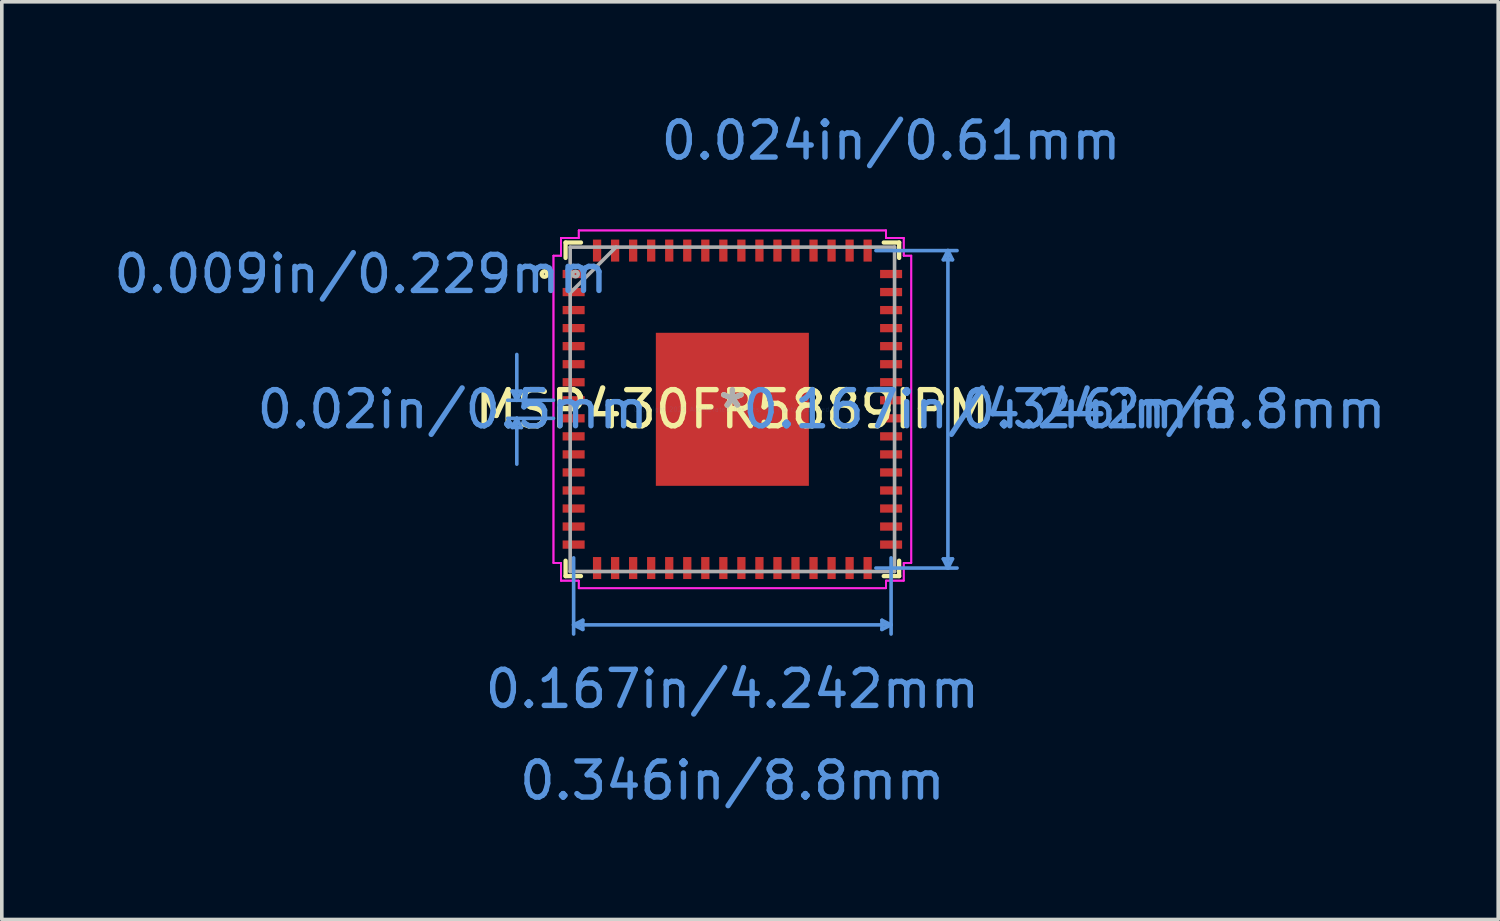
<source format=kicad_pcb>
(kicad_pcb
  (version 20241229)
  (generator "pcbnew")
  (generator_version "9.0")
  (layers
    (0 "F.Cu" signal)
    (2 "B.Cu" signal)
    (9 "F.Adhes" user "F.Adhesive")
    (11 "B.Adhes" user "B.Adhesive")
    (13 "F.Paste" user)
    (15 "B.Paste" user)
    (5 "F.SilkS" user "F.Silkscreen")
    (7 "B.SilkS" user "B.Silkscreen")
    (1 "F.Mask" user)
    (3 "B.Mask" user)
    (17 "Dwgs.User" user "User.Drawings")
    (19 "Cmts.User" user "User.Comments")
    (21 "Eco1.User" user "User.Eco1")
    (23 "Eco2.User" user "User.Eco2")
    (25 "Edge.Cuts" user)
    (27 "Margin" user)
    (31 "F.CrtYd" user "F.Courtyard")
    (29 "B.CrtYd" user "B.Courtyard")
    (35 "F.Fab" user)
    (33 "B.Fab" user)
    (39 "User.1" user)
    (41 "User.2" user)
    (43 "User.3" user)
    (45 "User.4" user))
  (footprint "MSP430FR5889IPM"
    (layer "F.Cu")
    (at 17.251 8.296)
    (property "Reference" "MSP430FR5889IPM" (at 0 0 0) (layer "F.SilkS") (effects (font (size 1 1) (thickness 0.15))))
    (attr through_hole)
    (fp_poly (pts (xy -2.184 -2.184) (xy -1.775 -2.184) (xy -1.775 2.184) (xy -2.184 2.184)) (stroke (width 0.1) (type solid)) (fill yes) (layer "F.Mask"))
    (fp_poly (pts (xy -2.184 -2.184) (xy 2.184 -2.184) (xy 2.184 -1.775) (xy -2.184 -1.775)) (stroke (width 0.1) (type solid)) (fill yes) (layer "F.Mask"))
    (fp_poly (pts (xy -2.184 -1.375) (xy 2.184 -1.375) (xy 2.184 -0.987) (xy -2.184 -0.987)) (stroke (width 0.1) (type solid)) (fill yes) (layer "F.Mask"))
    (fp_poly (pts (xy -2.184 -0.587) (xy 2.184 -0.587) (xy 2.184 -0.2) (xy -2.184 -0.2)) (stroke (width 0.1) (type solid)) (fill yes) (layer "F.Mask"))
    (fp_poly (pts (xy -2.184 0.2) (xy 2.184 0.2) (xy 2.184 0.587) (xy -2.184 0.587)) (stroke (width 0.1) (type solid)) (fill yes) (layer "F.Mask"))
    (fp_poly (pts (xy -2.184 0.987) (xy 2.184 0.987) (xy 2.184 1.375) (xy -2.184 1.375)) (stroke (width 0.1) (type solid)) (fill yes) (layer "F.Mask"))
    (fp_poly (pts (xy -2.184 1.775) (xy 2.184 1.775) (xy 2.184 2.184) (xy -2.184 2.184)) (stroke (width 0.1) (type solid)) (fill yes) (layer "F.Mask"))
    (fp_poly (pts (xy -0.987 -2.184) (xy -1.375 -2.184) (xy -1.375 2.184) (xy -0.987 2.184)) (stroke (width 0.1) (type solid)) (fill yes) (layer "F.Mask"))
    (fp_poly (pts (xy -0.2 -2.184) (xy -0.587 -2.184) (xy -0.587 2.184) (xy -0.2 2.184)) (stroke (width 0.1) (type solid)) (fill yes) (layer "F.Mask"))
    (fp_poly (pts (xy 0.587 -2.184) (xy 0.2 -2.184) (xy 0.2 2.184) (xy 0.587 2.184)) (stroke (width 0.1) (type solid)) (fill yes) (layer "F.Mask"))
    (fp_poly (pts (xy 1.375 -2.184) (xy 0.987 -2.184) (xy 0.987 2.184) (xy 1.375 2.184)) (stroke (width 0.1) (type solid)) (fill yes) (layer "F.Mask"))
    (fp_poly (pts (xy 1.775 -2.184) (xy 2.184 -2.184) (xy 2.184 2.184) (xy 1.775 2.184)) (stroke (width 0.1) (type solid)) (fill yes) (layer "F.Mask"))
    (fp_line (start -4.623 -4.623) (end -4.623 -4.197) (stroke (width 0.12) (type solid)) (layer "F.SilkS"))
    (fp_line (start -4.623 4.197) (end -4.623 4.623) (stroke (width 0.12) (type solid)) (layer "F.SilkS"))
    (fp_line (start -4.623 4.623) (end -4.197 4.623) (stroke (width 0.12) (type solid)) (layer "F.SilkS"))
    (fp_line (start -4.197 -4.623) (end -4.623 -4.623) (stroke (width 0.12) (type solid)) (layer "F.SilkS"))
    (fp_line (start 4.197 4.623) (end 4.623 4.623) (stroke (width 0.12) (type solid)) (layer "F.SilkS"))
    (fp_line (start 4.623 -4.623) (end 4.197 -4.623) (stroke (width 0.12) (type solid)) (layer "F.SilkS"))
    (fp_line (start 4.623 -4.197) (end 4.623 -4.623) (stroke (width 0.12) (type solid)) (layer "F.SilkS"))
    (fp_line (start 4.623 4.623) (end 4.623 4.197) (stroke (width 0.12) (type solid)) (layer "F.SilkS"))
    (fp_circle (center -5.209 -3.75) (end -5.133 -3.75) (stroke (width 0.12) (type solid)) (fill no) (layer "F.SilkS"))
    (fp_poly (pts (xy -2.046 -2.046) (xy -2.046 -1.675) (xy -1.816 -1.675) (xy -1.675 -1.816) (xy -1.675 -2.046)) (stroke (width 0.1) (type solid)) (fill yes) (layer "F.Paste"))
    (fp_poly (pts (xy -2.046 1.675) (xy -2.046 2.046) (xy -1.675 2.046) (xy -1.675 1.816) (xy -1.816 1.675)) (stroke (width 0.1) (type solid)) (fill yes) (layer "F.Paste"))
    (fp_poly (pts (xy 1.675 -2.046) (xy 1.675 -1.816) (xy 1.816 -1.675) (xy 2.046 -1.675) (xy 2.046 -2.046)) (stroke (width 0.1) (type solid)) (fill yes) (layer "F.Paste"))
    (fp_poly (pts (xy 1.816 1.675) (xy 1.675 1.816) (xy 1.675 2.046) (xy 2.046 2.046) (xy 2.046 1.675)) (stroke (width 0.1) (type solid)) (fill yes) (layer "F.Paste"))
    (fp_poly (pts (xy -2.046 -1.475) (xy -2.046 -0.887) (xy -1.816 -0.887) (xy -1.675 -1.029) (xy -1.675 -1.333) (xy -1.816 -1.475)) (stroke (width 0.1) (type solid)) (fill yes) (layer "F.Paste"))
    (fp_poly (pts (xy -2.046 -0.687) (xy -2.046 -0.1) (xy -1.816 -0.1) (xy -1.675 -0.241) (xy -1.675 -0.546) (xy -1.816 -0.687)) (stroke (width 0.1) (type solid)) (fill yes) (layer "F.Paste"))
    (fp_poly (pts (xy -2.046 0.1) (xy -2.046 0.687) (xy -1.816 0.687) (xy -1.675 0.546) (xy -1.675 0.241) (xy -1.816 0.1)) (stroke (width 0.1) (type solid)) (fill yes) (layer "F.Paste"))
    (fp_poly (pts (xy -2.046 0.887) (xy -2.046 1.475) (xy -1.816 1.475) (xy -1.675 1.333) (xy -1.675 1.029) (xy -1.816 0.887)) (stroke (width 0.1) (type solid)) (fill yes) (layer "F.Paste"))
    (fp_poly (pts (xy -1.475 -2.046) (xy -1.475 -1.816) (xy -1.333 -1.675) (xy -1.029 -1.675) (xy -0.887 -1.816) (xy -0.887 -2.046)) (stroke (width 0.1) (type solid)) (fill yes) (layer "F.Paste"))
    (fp_poly (pts (xy -1.333 1.675) (xy -1.475 1.816) (xy -1.475 2.046) (xy -0.887 2.046) (xy -0.887 1.816) (xy -1.029 1.675)) (stroke (width 0.1) (type solid)) (fill yes) (layer "F.Paste"))
    (fp_poly (pts (xy -0.687 -2.046) (xy -0.687 -1.816) (xy -0.546 -1.675) (xy -0.241 -1.675) (xy -0.1 -1.816) (xy -0.1 -2.046)) (stroke (width 0.1) (type solid)) (fill yes) (layer "F.Paste"))
    (fp_poly (pts (xy -0.546 1.675) (xy -0.687 1.816) (xy -0.687 2.046) (xy -0.1 2.046) (xy -0.1 1.816) (xy -0.241 1.675)) (stroke (width 0.1) (type solid)) (fill yes) (layer "F.Paste"))
    (fp_poly (pts (xy 0.1 -2.046) (xy 0.1 -1.816) (xy 0.241 -1.675) (xy 0.546 -1.675) (xy 0.687 -1.816) (xy 0.687 -2.046)) (stroke (width 0.1) (type solid)) (fill yes) (layer "F.Paste"))
    (fp_poly (pts (xy 0.241 1.675) (xy 0.1 1.816) (xy 0.1 2.046) (xy 0.687 2.046) (xy 0.687 1.816) (xy 0.546 1.675)) (stroke (width 0.1) (type solid)) (fill yes) (layer "F.Paste"))
    (fp_poly (pts (xy 0.887 -2.046) (xy 0.887 -1.816) (xy 1.029 -1.675) (xy 1.333 -1.675) (xy 1.475 -1.816) (xy 1.475 -2.046)) (stroke (width 0.1) (type solid)) (fill yes) (layer "F.Paste"))
    (fp_poly (pts (xy 1.029 1.675) (xy 0.887 1.816) (xy 0.887 2.046) (xy 1.475 2.046) (xy 1.475 1.816) (xy 1.333 1.675)) (stroke (width 0.1) (type solid)) (fill yes) (layer "F.Paste"))
    (fp_poly (pts (xy 1.816 -1.475) (xy 1.675 -1.333) (xy 1.675 -1.029) (xy 1.816 -0.887) (xy 2.046 -0.887) (xy 2.046 -1.475)) (stroke (width 0.1) (type solid)) (fill yes) (layer "F.Paste"))
    (fp_poly (pts (xy 1.816 -0.687) (xy 1.675 -0.546) (xy 1.675 -0.241) (xy 1.816 -0.1) (xy 2.046 -0.1) (xy 2.046 -0.687)) (stroke (width 0.1) (type solid)) (fill yes) (layer "F.Paste"))
    (fp_poly (pts (xy 1.816 0.1) (xy 1.675 0.241) (xy 1.675 0.546) (xy 1.816 0.687) (xy 2.046 0.687) (xy 2.046 0.1)) (stroke (width 0.1) (type solid)) (fill yes) (layer "F.Paste"))
    (fp_poly (pts (xy 1.816 0.887) (xy 1.675 1.029) (xy 1.675 1.333) (xy 1.816 1.475) (xy 2.046 1.475) (xy 2.046 0.887)) (stroke (width 0.1) (type solid)) (fill yes) (layer "F.Paste"))
    (fp_poly (pts (xy -1.333 -1.475) (xy -1.475 -1.333) (xy -1.475 -1.029) (xy -1.333 -0.887) (xy -1.029 -0.887) (xy -0.887 -1.029) (xy -0.887 -1.333) (xy -1.029 -1.475)) (stroke (width 0.1) (type solid)) (fill yes) (layer "F.Paste"))
    (fp_poly (pts (xy -1.333 -0.687) (xy -1.475 -0.546) (xy -1.475 -0.241) (xy -1.333 -0.1) (xy -1.029 -0.1) (xy -0.887 -0.241) (xy -0.887 -0.546) (xy -1.029 -0.687)) (stroke (width 0.1) (type solid)) (fill yes) (layer "F.Paste"))
    (fp_poly (pts (xy -1.333 0.1) (xy -1.475 0.241) (xy -1.475 0.546) (xy -1.333 0.687) (xy -1.029 0.687) (xy -0.887 0.546) (xy -0.887 0.241) (xy -1.029 0.1)) (stroke (width 0.1) (type solid)) (fill yes) (layer "F.Paste"))
    (fp_poly (pts (xy -1.333 0.887) (xy -1.475 1.029) (xy -1.475 1.333) (xy -1.333 1.475) (xy -1.029 1.475) (xy -0.887 1.333) (xy -0.887 1.029) (xy -1.029 0.887)) (stroke (width 0.1) (type solid)) (fill yes) (layer "F.Paste"))
    (fp_poly (pts (xy -0.546 -1.475) (xy -0.687 -1.333) (xy -0.687 -1.029) (xy -0.546 -0.887) (xy -0.241 -0.887) (xy -0.1 -1.029) (xy -0.1 -1.333) (xy -0.241 -1.475)) (stroke (width 0.1) (type solid)) (fill yes) (layer "F.Paste"))
    (fp_poly (pts (xy -0.546 -0.687) (xy -0.687 -0.546) (xy -0.687 -0.241) (xy -0.546 -0.1) (xy -0.241 -0.1) (xy -0.1 -0.241) (xy -0.1 -0.546) (xy -0.241 -0.687)) (stroke (width 0.1) (type solid)) (fill yes) (layer "F.Paste"))
    (fp_poly (pts (xy -0.546 0.1) (xy -0.687 0.241) (xy -0.687 0.546) (xy -0.546 0.687) (xy -0.241 0.687) (xy -0.1 0.546) (xy -0.1 0.241) (xy -0.241 0.1)) (stroke (width 0.1) (type solid)) (fill yes) (layer "F.Paste"))
    (fp_poly (pts (xy -0.546 0.887) (xy -0.687 1.029) (xy -0.687 1.333) (xy -0.546 1.475) (xy -0.241 1.475) (xy -0.1 1.333) (xy -0.1 1.029) (xy -0.241 0.887)) (stroke (width 0.1) (type solid)) (fill yes) (layer "F.Paste"))
    (fp_poly (pts (xy 0.241 -1.475) (xy 0.1 -1.333) (xy 0.1 -1.029) (xy 0.241 -0.887) (xy 0.546 -0.887) (xy 0.687 -1.029) (xy 0.687 -1.333) (xy 0.546 -1.475)) (stroke (width 0.1) (type solid)) (fill yes) (layer "F.Paste"))
    (fp_poly (pts (xy 0.241 -0.687) (xy 0.1 -0.546) (xy 0.1 -0.241) (xy 0.241 -0.1) (xy 0.546 -0.1) (xy 0.687 -0.241) (xy 0.687 -0.546) (xy 0.546 -0.687)) (stroke (width 0.1) (type solid)) (fill yes) (layer "F.Paste"))
    (fp_poly (pts (xy 0.241 0.1) (xy 0.1 0.241) (xy 0.1 0.546) (xy 0.241 0.687) (xy 0.546 0.687) (xy 0.687 0.546) (xy 0.687 0.241) (xy 0.546 0.1)) (stroke (width 0.1) (type solid)) (fill yes) (layer "F.Paste"))
    (fp_poly (pts (xy 0.241 0.887) (xy 0.1 1.029) (xy 0.1 1.333) (xy 0.241 1.475) (xy 0.546 1.475) (xy 0.687 1.333) (xy 0.687 1.029) (xy 0.546 0.887)) (stroke (width 0.1) (type solid)) (fill yes) (layer "F.Paste"))
    (fp_poly (pts (xy 1.029 -1.475) (xy 0.887 -1.333) (xy 0.887 -1.029) (xy 1.029 -0.887) (xy 1.333 -0.887) (xy 1.475 -1.029) (xy 1.475 -1.333) (xy 1.333 -1.475)) (stroke (width 0.1) (type solid)) (fill yes) (layer "F.Paste"))
    (fp_poly (pts (xy 1.029 -0.687) (xy 0.887 -0.546) (xy 0.887 -0.241) (xy 1.029 -0.1) (xy 1.333 -0.1) (xy 1.475 -0.241) (xy 1.475 -0.546) (xy 1.333 -0.687)) (stroke (width 0.1) (type solid)) (fill yes) (layer "F.Paste"))
    (fp_poly (pts (xy 1.029 0.1) (xy 0.887 0.241) (xy 0.887 0.546) (xy 1.029 0.687) (xy 1.333 0.687) (xy 1.475 0.546) (xy 1.475 0.241) (xy 1.333 0.1)) (stroke (width 0.1) (type solid)) (fill yes) (layer "F.Paste"))
    (fp_poly (pts (xy 1.029 0.887) (xy 0.887 1.029) (xy 0.887 1.333) (xy 1.029 1.475) (xy 1.333 1.475) (xy 1.475 1.333) (xy 1.475 1.029) (xy 1.333 0.887)) (stroke (width 0.1) (type solid)) (fill yes) (layer "F.Paste"))
    (fp_line (start -6.102 -0.504) (end -5.975 -0.25) (stroke (width 0.1) (type solid)) (layer "Cmts.User"))
    (fp_line (start -6.102 0.504) (end -5.975 0.25) (stroke (width 0.1) (type solid)) (layer "Cmts.User"))
    (fp_line (start -5.975 -0.25) (end -5.975 -1.52) (stroke (width 0.1) (type solid)) (layer "Cmts.User"))
    (fp_line (start -5.975 -0.25) (end -5.848 -0.504) (stroke (width 0.1) (type solid)) (layer "Cmts.User"))
    (fp_line (start -5.975 0.25) (end -5.975 1.52) (stroke (width 0.1) (type solid)) (layer "Cmts.User"))
    (fp_line (start -5.975 0.25) (end -5.848 0.504) (stroke (width 0.1) (type solid)) (layer "Cmts.User"))
    (fp_line (start -5.848 -0.504) (end -6.102 -0.504) (stroke (width 0.1) (type solid)) (layer "Cmts.User"))
    (fp_line (start -5.848 0.504) (end -6.102 0.504) (stroke (width 0.1) (type solid)) (layer "Cmts.User"))
    (fp_line (start -4.959 -0.25) (end -6.229 -0.25) (stroke (width 0.1) (type solid)) (layer "Cmts.User"))
    (fp_line (start -4.959 0.25) (end -6.229 0.25) (stroke (width 0.1) (type solid)) (layer "Cmts.User"))
    (fp_line (start -4.4 4.118) (end -4.4 6.229) (stroke (width 0.1) (type solid)) (layer "Cmts.User"))
    (fp_line (start -4.4 5.975) (end -4.146 6.102) (stroke (width 0.1) (type solid)) (layer "Cmts.User"))
    (fp_line (start -4.4 5.975) (end 4.4 5.975) (stroke (width 0.1) (type solid)) (layer "Cmts.User"))
    (fp_line (start -4.146 5.848) (end -4.4 5.975) (stroke (width 0.1) (type solid)) (layer "Cmts.User"))
    (fp_line (start -4.146 6.102) (end -4.146 5.848) (stroke (width 0.1) (type solid)) (layer "Cmts.User"))
    (fp_line (start 3.979 -4.4) (end 6.229 -4.4) (stroke (width 0.1) (type solid)) (layer "Cmts.User"))
    (fp_line (start 3.979 4.4) (end 6.229 4.4) (stroke (width 0.1) (type solid)) (layer "Cmts.User"))
    (fp_line (start 4.146 5.848) (end 4.4 5.975) (stroke (width 0.1) (type solid)) (layer "Cmts.User"))
    (fp_line (start 4.146 6.102) (end 4.146 5.848) (stroke (width 0.1) (type solid)) (layer "Cmts.User"))
    (fp_line (start 4.4 4.118) (end 4.4 6.229) (stroke (width 0.1) (type solid)) (layer "Cmts.User"))
    (fp_line (start 4.4 5.975) (end 4.146 6.102) (stroke (width 0.1) (type solid)) (layer "Cmts.User"))
    (fp_line (start 5.848 -4.146) (end 6.102 -4.146) (stroke (width 0.1) (type solid)) (layer "Cmts.User"))
    (fp_line (start 5.848 4.146) (end 6.102 4.146) (stroke (width 0.1) (type solid)) (layer "Cmts.User"))
    (fp_line (start 5.975 -4.4) (end 5.848 -4.146) (stroke (width 0.1) (type solid)) (layer "Cmts.User"))
    (fp_line (start 5.975 4.4) (end 5.848 4.146) (stroke (width 0.1) (type solid)) (layer "Cmts.User"))
    (fp_line (start 5.975 4.4) (end 5.975 -4.4) (stroke (width 0.1) (type solid)) (layer "Cmts.User"))
    (fp_line (start 6.102 -4.146) (end 5.975 -4.4) (stroke (width 0.1) (type solid)) (layer "Cmts.User"))
    (fp_line (start 6.102 4.146) (end 5.975 4.4) (stroke (width 0.1) (type solid)) (layer "Cmts.User"))
    (fp_circle (center -1.771 -0.59) (end -1.669 -0.59) (stroke (width 0.152) (type solid)) (fill no) (layer "Eco1.User"))
    (fp_circle (center -1.771 0.59) (end -1.669 0.59) (stroke (width 0.152) (type solid)) (fill no) (layer "Eco1.User"))
    (fp_circle (center -0.59 -1.77) (end -0.489 -1.77) (stroke (width 0.152) (type solid)) (fill no) (layer "Eco1.User"))
    (fp_circle (center -0.59 -0.59) (end -0.489 -0.59) (stroke (width 0.152) (type solid)) (fill no) (layer "Eco1.User"))
    (fp_circle (center -0.59 0.59) (end -0.489 0.59) (stroke (width 0.152) (type solid)) (fill no) (layer "Eco1.User"))
    (fp_circle (center -0.59 1.771) (end -0.489 1.771) (stroke (width 0.152) (type solid)) (fill no) (layer "Eco1.User"))
    (fp_circle (center 0.59 -1.77) (end 0.692 -1.77) (stroke (width 0.152) (type solid)) (fill no) (layer "Eco1.User"))
    (fp_circle (center 0.59 -0.59) (end 0.692 -0.59) (stroke (width 0.152) (type solid)) (fill no) (layer "Eco1.User"))
    (fp_circle (center 0.59 0.59) (end 0.692 0.59) (stroke (width 0.152) (type solid)) (fill no) (layer "Eco1.User"))
    (fp_circle (center 0.59 1.771) (end 0.692 1.771) (stroke (width 0.152) (type solid)) (fill no) (layer "Eco1.User"))
    (fp_circle (center 1.77 -0.59) (end 1.872 -0.59) (stroke (width 0.152) (type solid)) (fill no) (layer "Eco1.User"))
    (fp_circle (center 1.77 0.59) (end 1.872 0.59) (stroke (width 0.152) (type solid)) (fill no) (layer "Eco1.User"))
    (fp_line (start -4.959 -4.258) (end -4.75 -4.258) (stroke (width 0.05) (type solid)) (layer "F.CrtYd"))
    (fp_line (start -4.959 -4.258) (end -4.75 -4.258) (stroke (width 0.05) (type solid)) (layer "F.CrtYd"))
    (fp_line (start -4.959 4.258) (end -4.959 -4.258) (stroke (width 0.05) (type solid)) (layer "F.CrtYd"))
    (fp_line (start -4.959 4.258) (end -4.959 -4.258) (stroke (width 0.05) (type solid)) (layer "F.CrtYd"))
    (fp_line (start -4.75 -4.75) (end -4.258 -4.75) (stroke (width 0.05) (type solid)) (layer "F.CrtYd"))
    (fp_line (start -4.75 -4.75) (end -4.258 -4.75) (stroke (width 0.05) (type solid)) (layer "F.CrtYd"))
    (fp_line (start -4.75 -4.258) (end -4.75 -4.75) (stroke (width 0.05) (type solid)) (layer "F.CrtYd"))
    (fp_line (start -4.75 -4.258) (end -4.75 -4.75) (stroke (width 0.05) (type solid)) (layer "F.CrtYd"))
    (fp_line (start -4.75 4.258) (end -4.959 4.258) (stroke (width 0.05) (type solid)) (layer "F.CrtYd"))
    (fp_line (start -4.75 4.258) (end -4.959 4.258) (stroke (width 0.05) (type solid)) (layer "F.CrtYd"))
    (fp_line (start -4.75 4.75) (end -4.75 4.258) (stroke (width 0.05) (type solid)) (layer "F.CrtYd"))
    (fp_line (start -4.75 4.75) (end -4.75 4.258) (stroke (width 0.05) (type solid)) (layer "F.CrtYd"))
    (fp_line (start -4.258 -4.959) (end 4.258 -4.959) (stroke (width 0.05) (type solid)) (layer "F.CrtYd"))
    (fp_line (start -4.258 -4.959) (end 4.258 -4.959) (stroke (width 0.05) (type solid)) (layer "F.CrtYd"))
    (fp_line (start -4.258 -4.75) (end -4.258 -4.959) (stroke (width 0.05) (type solid)) (layer "F.CrtYd"))
    (fp_line (start -4.258 -4.75) (end -4.258 -4.959) (stroke (width 0.05) (type solid)) (layer "F.CrtYd"))
    (fp_line (start -4.258 4.75) (end -4.75 4.75) (stroke (width 0.05) (type solid)) (layer "F.CrtYd"))
    (fp_line (start -4.258 4.75) (end -4.75 4.75) (stroke (width 0.05) (type solid)) (layer "F.CrtYd"))
    (fp_line (start -4.258 4.959) (end -4.258 4.75) (stroke (width 0.05) (type solid)) (layer "F.CrtYd"))
    (fp_line (start -4.258 4.959) (end -4.258 4.75) (stroke (width 0.05) (type solid)) (layer "F.CrtYd"))
    (fp_line (start 4.258 -4.959) (end 4.258 -4.75) (stroke (width 0.05) (type solid)) (layer "F.CrtYd"))
    (fp_line (start 4.258 -4.959) (end 4.258 -4.75) (stroke (width 0.05) (type solid)) (layer "F.CrtYd"))
    (fp_line (start 4.258 -4.75) (end 4.75 -4.75) (stroke (width 0.05) (type solid)) (layer "F.CrtYd"))
    (fp_line (start 4.258 -4.75) (end 4.75 -4.75) (stroke (width 0.05) (type solid)) (layer "F.CrtYd"))
    (fp_line (start 4.258 4.75) (end 4.258 4.959) (stroke (width 0.05) (type solid)) (layer "F.CrtYd"))
    (fp_line (start 4.258 4.75) (end 4.258 4.959) (stroke (width 0.05) (type solid)) (layer "F.CrtYd"))
    (fp_line (start 4.258 4.959) (end -4.258 4.959) (stroke (width 0.05) (type solid)) (layer "F.CrtYd"))
    (fp_line (start 4.258 4.959) (end -4.258 4.959) (stroke (width 0.05) (type solid)) (layer "F.CrtYd"))
    (fp_line (start 4.75 -4.75) (end 4.75 -4.258) (stroke (width 0.05) (type solid)) (layer "F.CrtYd"))
    (fp_line (start 4.75 -4.75) (end 4.75 -4.258) (stroke (width 0.05) (type solid)) (layer "F.CrtYd"))
    (fp_line (start 4.75 -4.258) (end 4.959 -4.258) (stroke (width 0.05) (type solid)) (layer "F.CrtYd"))
    (fp_line (start 4.75 -4.258) (end 4.959 -4.258) (stroke (width 0.05) (type solid)) (layer "F.CrtYd"))
    (fp_line (start 4.75 4.258) (end 4.75 4.75) (stroke (width 0.05) (type solid)) (layer "F.CrtYd"))
    (fp_line (start 4.75 4.258) (end 4.75 4.75) (stroke (width 0.05) (type solid)) (layer "F.CrtYd"))
    (fp_line (start 4.75 4.75) (end 4.258 4.75) (stroke (width 0.05) (type solid)) (layer "F.CrtYd"))
    (fp_line (start 4.75 4.75) (end 4.258 4.75) (stroke (width 0.05) (type solid)) (layer "F.CrtYd"))
    (fp_line (start 4.959 -4.258) (end 4.959 4.258) (stroke (width 0.05) (type solid)) (layer "F.CrtYd"))
    (fp_line (start 4.959 -4.258) (end 4.959 4.258) (stroke (width 0.05) (type solid)) (layer "F.CrtYd"))
    (fp_line (start 4.959 4.258) (end 4.75 4.258) (stroke (width 0.05) (type solid)) (layer "F.CrtYd"))
    (fp_line (start 4.959 4.258) (end 4.75 4.258) (stroke (width 0.05) (type solid)) (layer "F.CrtYd"))
    (fp_line (start -4.496 -4.496) (end -4.496 4.496) (stroke (width 0.1) (type solid)) (layer "F.Fab"))
    (fp_line (start -4.496 -3.226) (end -3.226 -4.496) (stroke (width 0.1) (type solid)) (layer "F.Fab"))
    (fp_line (start -4.496 4.496) (end 4.496 4.496) (stroke (width 0.1) (type solid)) (layer "F.Fab"))
    (fp_line (start 4.496 -4.496) (end -4.496 -4.496) (stroke (width 0.1) (type solid)) (layer "F.Fab"))
    (fp_line (start 4.496 4.496) (end 4.496 -4.496) (stroke (width 0.1) (type solid)) (layer "F.Fab"))
    (fp_circle (center -4.349 -3.75) (end -4.273 -3.75) (stroke (width 0.1) (type solid)) (fill no) (layer "F.Fab"))
    (fp_text user "*" (at 0 0 0) (layer "F.SilkS") (effects (font (size 1 1) (thickness 0.15))))
    (fp_text user "0.024in/0.61mm" (at 4.4 -7.448 0) (layer "Cmts.User") (effects (font (size 1 1) (thickness 0.15))))
    (fp_text user "0.167in/4.242mm" (at 7.143 0 0) (layer "Cmts.User") (effects (font (size 1 1) (thickness 0.15))))
    (fp_text user "0.346in/8.8mm" (at 12.223 0 0) (layer "Cmts.User") (effects (font (size 1 1) (thickness 0.15))))
    (fp_text user "0.167in/4.242mm" (at 0 7.753 0) (layer "Cmts.User") (effects (font (size 1 1) (thickness 0.15))))
    (fp_text user "Copyright 2021 Accelerated Designs. All rights reserved." (at 0 0 0) (layer "Cmts.User") (effects (font (size 0.127 0.127) (thickness 0.002))))
    (fp_text user "0.346in/8.8mm" (at 0 10.293 0) (layer "Cmts.User") (effects (font (size 1 1) (thickness 0.15))))
    (fp_text user "0.02in/0.5mm" (at -7.753 0 0) (layer "Cmts.User") (effects (font (size 1 1) (thickness 0.15))))
    (fp_text user "0.009in/0.229mm" (at -10.293 -3.75 0) (layer "Cmts.User") (effects (font (size 1 1) (thickness 0.15))))
    (fp_text user "*" (at 0 0 0) (layer "F.Fab") (effects (font (size 1 1) (thickness 0.15))))
    (pad "1" smd rect (at -4.4 -3.75 90) (size 0.229 0.61) (layers "F.Cu" "F.Mask" "F.Paste"))
    (pad "2" smd rect (at -4.4 -3.25 90) (size 0.229 0.61) (layers "F.Cu" "F.Mask" "F.Paste"))
    (pad "3" smd rect (at -4.4 -2.75 90) (size 0.229 0.61) (layers "F.Cu" "F.Mask" "F.Paste"))
    (pad "4" smd rect (at -4.4 -2.25 90) (size 0.229 0.61) (layers "F.Cu" "F.Mask" "F.Paste"))
    (pad "5" smd rect (at -4.4 -1.75 90) (size 0.229 0.61) (layers "F.Cu" "F.Mask" "F.Paste"))
    (pad "6" smd rect (at -4.4 -1.25 90) (size 0.229 0.61) (layers "F.Cu" "F.Mask" "F.Paste"))
    (pad "7" smd rect (at -4.4 -0.75 90) (size 0.229 0.61) (layers "F.Cu" "F.Mask" "F.Paste"))
    (pad "8" smd rect (at -4.4 -0.25 90) (size 0.229 0.61) (layers "F.Cu" "F.Mask" "F.Paste"))
    (pad "9" smd rect (at -4.4 0.25 90) (size 0.229 0.61) (layers "F.Cu" "F.Mask" "F.Paste"))
    (pad "10" smd rect (at -4.4 0.75 90) (size 0.229 0.61) (layers "F.Cu" "F.Mask" "F.Paste"))
    (pad "11" smd rect (at -4.4 1.25 90) (size 0.229 0.61) (layers "F.Cu" "F.Mask" "F.Paste"))
    (pad "12" smd rect (at -4.4 1.75 90) (size 0.229 0.61) (layers "F.Cu" "F.Mask" "F.Paste"))
    (pad "13" smd rect (at -4.4 2.25 90) (size 0.229 0.61) (layers "F.Cu" "F.Mask" "F.Paste"))
    (pad "14" smd rect (at -4.4 2.75 90) (size 0.229 0.61) (layers "F.Cu" "F.Mask" "F.Paste"))
    (pad "15" smd rect (at -4.4 3.25 90) (size 0.229 0.61) (layers "F.Cu" "F.Mask" "F.Paste"))
    (pad "16" smd rect (at -4.4 3.75 90) (size 0.229 0.61) (layers "F.Cu" "F.Mask" "F.Paste"))
    (pad "17" smd rect (at -3.75 4.4) (size 0.229 0.61) (layers "F.Cu" "F.Mask" "F.Paste"))
    (pad "18" smd rect (at -3.25 4.4) (size 0.229 0.61) (layers "F.Cu" "F.Mask" "F.Paste"))
    (pad "19" smd rect (at -2.75 4.4) (size 0.229 0.61) (layers "F.Cu" "F.Mask" "F.Paste"))
    (pad "20" smd rect (at -2.25 4.4) (size 0.229 0.61) (layers "F.Cu" "F.Mask" "F.Paste"))
    (pad "21" smd rect (at -1.75 4.4) (size 0.229 0.61) (layers "F.Cu" "F.Mask" "F.Paste"))
    (pad "22" smd rect (at -1.25 4.4) (size 0.229 0.61) (layers "F.Cu" "F.Mask" "F.Paste"))
    (pad "23" smd rect (at -0.75 4.4) (size 0.229 0.61) (layers "F.Cu" "F.Mask" "F.Paste"))
    (pad "24" smd rect (at -0.25 4.4) (size 0.229 0.61) (layers "F.Cu" "F.Mask" "F.Paste"))
    (pad "25" smd rect (at 0.25 4.4) (size 0.229 0.61) (layers "F.Cu" "F.Mask" "F.Paste"))
    (pad "26" smd rect (at 0.75 4.4) (size 0.229 0.61) (layers "F.Cu" "F.Mask" "F.Paste"))
    (pad "27" smd rect (at 1.25 4.4) (size 0.229 0.61) (layers "F.Cu" "F.Mask" "F.Paste"))
    (pad "28" smd rect (at 1.75 4.4) (size 0.229 0.61) (layers "F.Cu" "F.Mask" "F.Paste"))
    (pad "29" smd rect (at 2.25 4.4) (size 0.229 0.61) (layers "F.Cu" "F.Mask" "F.Paste"))
    (pad "30" smd rect (at 2.75 4.4) (size 0.229 0.61) (layers "F.Cu" "F.Mask" "F.Paste"))
    (pad "31" smd rect (at 3.25 4.4) (size 0.229 0.61) (layers "F.Cu" "F.Mask" "F.Paste"))
    (pad "32" smd rect (at 3.75 4.4) (size 0.229 0.61) (layers "F.Cu" "F.Mask" "F.Paste"))
    (pad "33" smd rect (at 4.4 3.75 90) (size 0.229 0.61) (layers "F.Cu" "F.Mask" "F.Paste"))
    (pad "34" smd rect (at 4.4 3.25 90) (size 0.229 0.61) (layers "F.Cu" "F.Mask" "F.Paste"))
    (pad "35" smd rect (at 4.4 2.75 90) (size 0.229 0.61) (layers "F.Cu" "F.Mask" "F.Paste"))
    (pad "36" smd rect (at 4.4 2.25 90) (size 0.229 0.61) (layers "F.Cu" "F.Mask" "F.Paste"))
    (pad "37" smd rect (at 4.4 1.75 90) (size 0.229 0.61) (layers "F.Cu" "F.Mask" "F.Paste"))
    (pad "38" smd rect (at 4.4 1.25 90) (size 0.229 0.61) (layers "F.Cu" "F.Mask" "F.Paste"))
    (pad "39" smd rect (at 4.4 0.75 90) (size 0.229 0.61) (layers "F.Cu" "F.Mask" "F.Paste"))
    (pad "40" smd rect (at 4.4 0.25 90) (size 0.229 0.61) (layers "F.Cu" "F.Mask" "F.Paste"))
    (pad "41" smd rect (at 4.4 -0.25 90) (size 0.229 0.61) (layers "F.Cu" "F.Mask" "F.Paste"))
    (pad "42" smd rect (at 4.4 -0.75 90) (size 0.229 0.61) (layers "F.Cu" "F.Mask" "F.Paste"))
    (pad "43" smd rect (at 4.4 -1.25 90) (size 0.229 0.61) (layers "F.Cu" "F.Mask" "F.Paste"))
    (pad "44" smd rect (at 4.4 -1.75 90) (size 0.229 0.61) (layers "F.Cu" "F.Mask" "F.Paste"))
    (pad "45" smd rect (at 4.4 -2.25 90) (size 0.229 0.61) (layers "F.Cu" "F.Mask" "F.Paste"))
    (pad "46" smd rect (at 4.4 -2.75 90) (size 0.229 0.61) (layers "F.Cu" "F.Mask" "F.Paste"))
    (pad "47" smd rect (at 4.4 -3.25 90) (size 0.229 0.61) (layers "F.Cu" "F.Mask" "F.Paste"))
    (pad "48" smd rect (at 4.4 -3.75 90) (size 0.229 0.61) (layers "F.Cu" "F.Mask" "F.Paste"))
    (pad "49" smd rect (at 3.75 -4.4) (size 0.229 0.61) (layers "F.Cu" "F.Mask" "F.Paste"))
    (pad "50" smd rect (at 3.25 -4.4) (size 0.229 0.61) (layers "F.Cu" "F.Mask" "F.Paste"))
    (pad "51" smd rect (at 2.75 -4.4) (size 0.229 0.61) (layers "F.Cu" "F.Mask" "F.Paste"))
    (pad "52" smd rect (at 2.25 -4.4) (size 0.229 0.61) (layers "F.Cu" "F.Mask" "F.Paste"))
    (pad "53" smd rect (at 1.75 -4.4) (size 0.229 0.61) (layers "F.Cu" "F.Mask" "F.Paste"))
    (pad "54" smd rect (at 1.25 -4.4) (size 0.229 0.61) (layers "F.Cu" "F.Mask" "F.Paste"))
    (pad "55" smd rect (at 0.75 -4.4) (size 0.229 0.61) (layers "F.Cu" "F.Mask" "F.Paste"))
    (pad "56" smd rect (at 0.25 -4.4) (size 0.229 0.61) (layers "F.Cu" "F.Mask" "F.Paste"))
    (pad "57" smd rect (at -0.25 -4.4) (size 0.229 0.61) (layers "F.Cu" "F.Mask" "F.Paste"))
    (pad "58" smd rect (at -0.75 -4.4) (size 0.229 0.61) (layers "F.Cu" "F.Mask" "F.Paste"))
    (pad "59" smd rect (at -1.25 -4.4) (size 0.229 0.61) (layers "F.Cu" "F.Mask" "F.Paste"))
    (pad "60" smd rect (at -1.75 -4.4) (size 0.229 0.61) (layers "F.Cu" "F.Mask" "F.Paste"))
    (pad "61" smd rect (at -2.25 -4.4) (size 0.229 0.61) (layers "F.Cu" "F.Mask" "F.Paste"))
    (pad "62" smd rect (at -2.75 -4.4) (size 0.229 0.61) (layers "F.Cu" "F.Mask" "F.Paste"))
    (pad "63" smd rect (at -3.25 -4.4) (size 0.229 0.61) (layers "F.Cu" "F.Mask" "F.Paste"))
    (pad "64" smd rect (at -3.75 -4.4) (size 0.229 0.61) (layers "F.Cu" "F.Mask" "F.Paste"))
    (pad "65" smd rect (at 0 0) (size 4.242 4.242) (layers "F.Cu")))
  (gr_rect
    (start -3 -3)
    (end 38.48 22.437)
    (stroke (width 0.1) (type default))
    (fill no)
    (layer "Edge.Cuts")))
</source>
